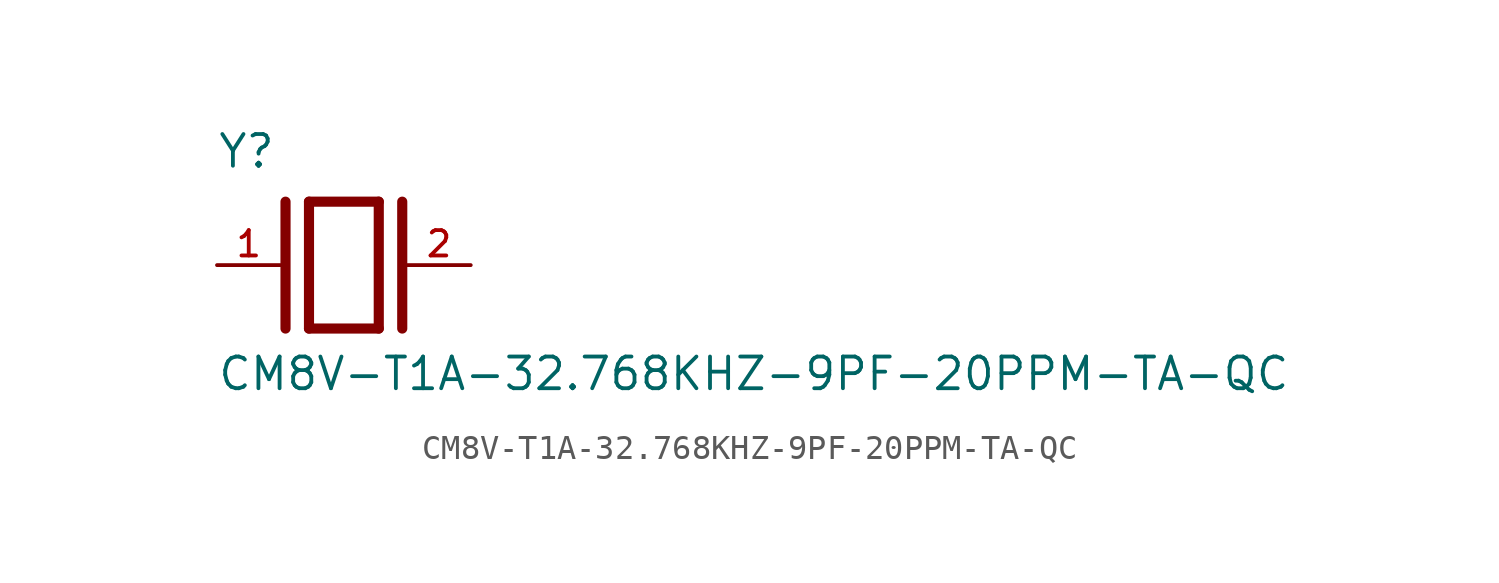
<source format=kicad_sym>
(kicad_symbol_lib
  (version 20211014)
  (generator kicad_symbol_editor)
  (symbol "CM8V-T1A-32.768KHZ-9PF-20PPM-TA-QC"
    (pin_names
      (offset 1.016))
    (property "Reference" "Y"
      (at -5.088 3.816 0)
      (effects (font (size 1.27 1.27)) (justify bottom left)))
    (property "Value" "CM8V-T1A-32.768KHZ-9PF-20PPM-TA-QC"
      (at -5.094 -5.094 0)
      (effects (font (size 1.27 1.27)) (justify bottom left)))
    (symbol "CM8V-T1A-32.768KHZ-9PF-20PPM-TA-QC_0_0"
      (polyline (pts (xy -1.397 2.54) (xy 1.397 2.54)) (stroke (width 0.406)))
      (polyline (pts (xy 1.397 2.54) (xy 1.397 -2.54)) (stroke (width 0.406)))
      (polyline (pts (xy 1.397 -2.54) (xy -1.397 -2.54)) (stroke (width 0.406)))
      (polyline (pts (xy -1.397 2.54) (xy -1.397 -2.54)) (stroke (width 0.406)))
      (polyline (pts (xy 2.337 2.54) (xy 2.337 -2.54)) (stroke (width 0.406)))
      (polyline (pts (xy -2.337 2.54) (xy -2.337 -2.54)) (stroke (width 0.406)))
      (pin passive line (at 5.08 0.0 180.0) (length 2.54) (name "~" (effects (font (size 1.016 1.016)))) (number "2" (effects (font (size 1.016 1.016)))))
      (pin passive line (at -5.08 0.0 0) (length 2.54) (name "~" (effects (font (size 1.016 1.016)))) (number "1" (effects (font (size 1.016 1.016))))))))
</source>
